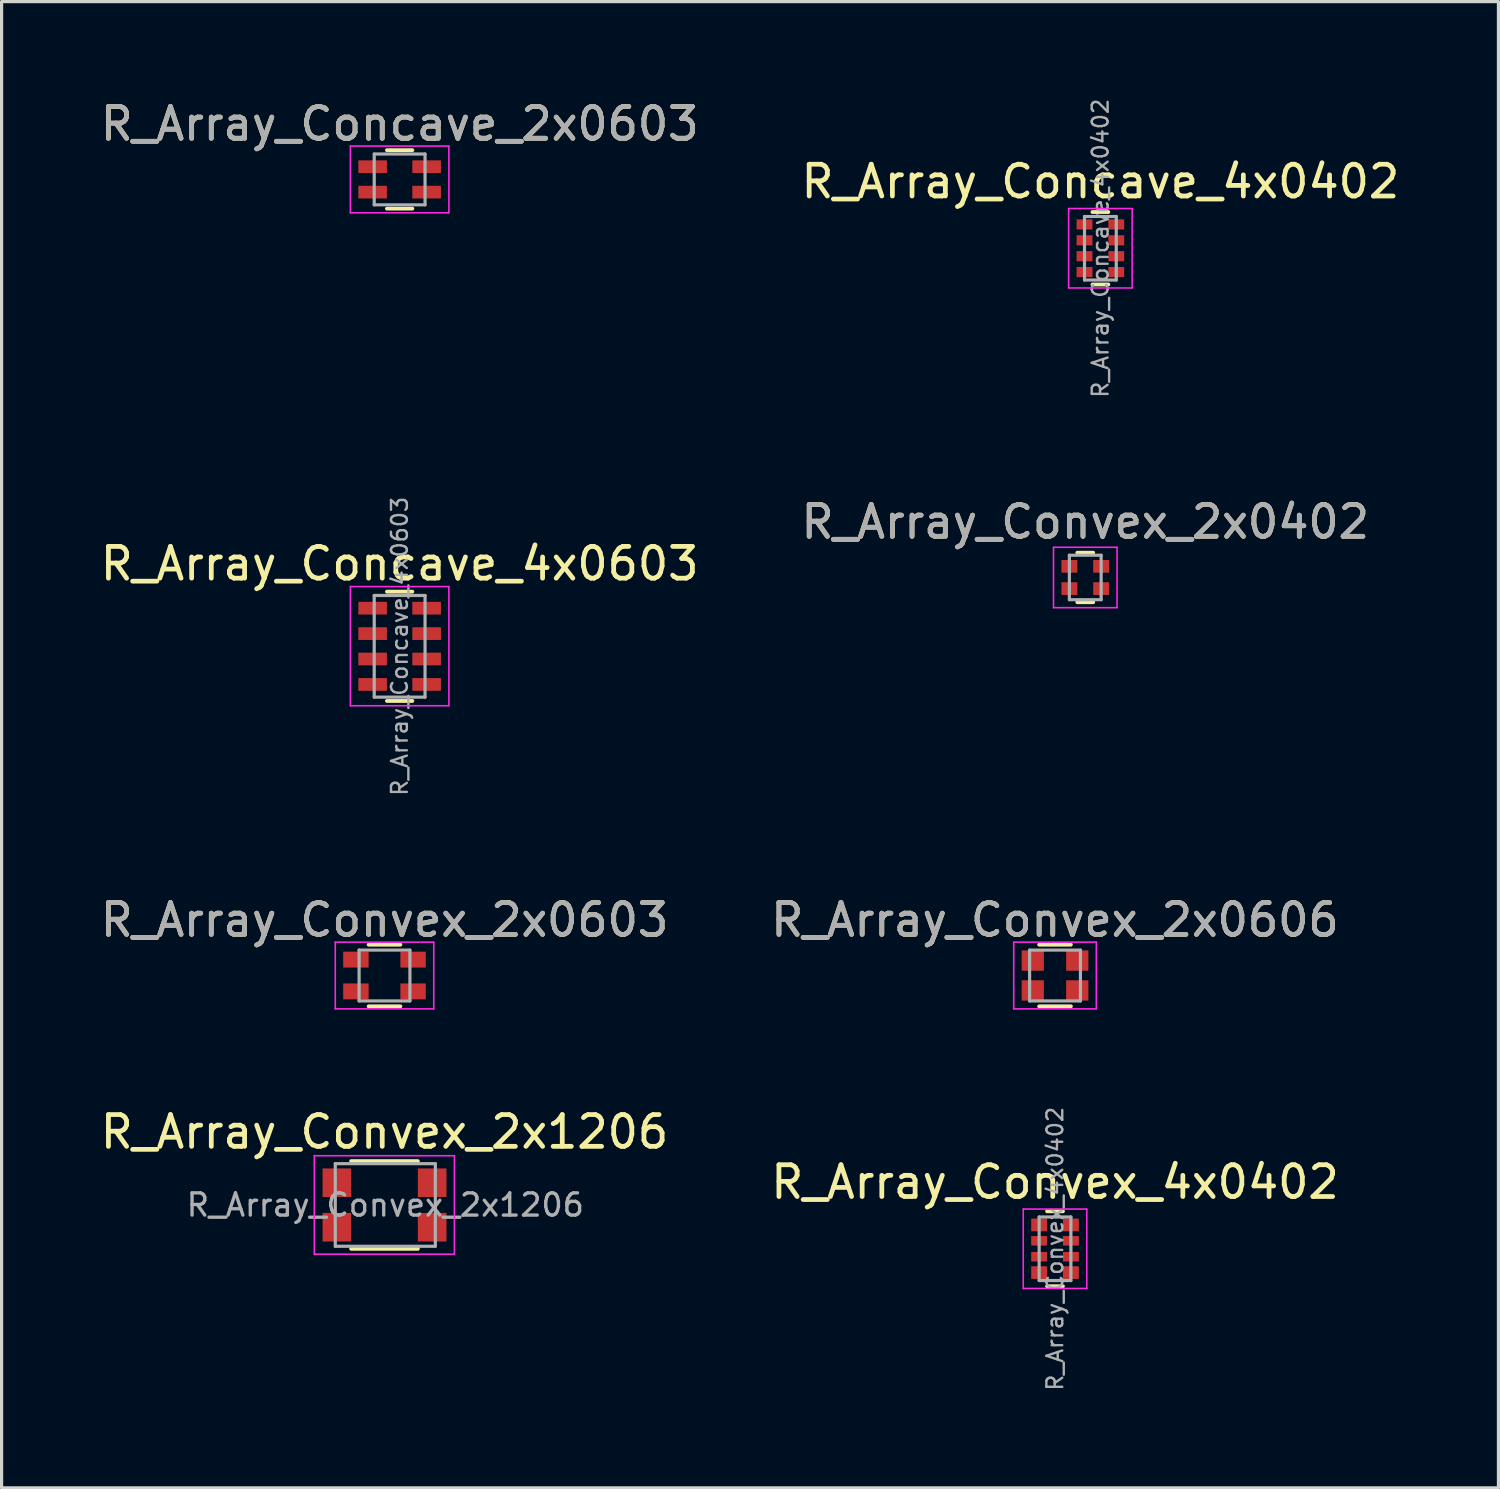
<source format=kicad_pcb>
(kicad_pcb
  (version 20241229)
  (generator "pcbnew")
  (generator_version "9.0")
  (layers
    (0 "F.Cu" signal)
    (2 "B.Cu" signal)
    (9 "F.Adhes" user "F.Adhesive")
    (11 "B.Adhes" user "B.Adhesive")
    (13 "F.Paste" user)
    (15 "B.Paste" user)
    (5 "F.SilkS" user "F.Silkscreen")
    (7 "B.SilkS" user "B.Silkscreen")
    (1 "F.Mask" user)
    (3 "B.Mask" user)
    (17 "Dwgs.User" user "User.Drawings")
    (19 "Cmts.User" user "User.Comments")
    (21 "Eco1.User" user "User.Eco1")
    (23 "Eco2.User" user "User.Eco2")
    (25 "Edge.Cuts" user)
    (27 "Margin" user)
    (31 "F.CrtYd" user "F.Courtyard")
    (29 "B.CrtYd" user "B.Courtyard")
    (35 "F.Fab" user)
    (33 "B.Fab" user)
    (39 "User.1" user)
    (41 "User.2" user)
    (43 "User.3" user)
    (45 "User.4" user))
  (footprint "R_Array_Convex_4x0402"
    (layer "F.Cu")
    (at 30.161 36.26)
    (property "Reference" "R_Array_Convex_4x0402" (at 0 -2.1 0) (layer "F.SilkS") (effects (font (size 1 1) (thickness 0.15))))
    (attr smd)
    (fp_line (start 0.25 -1.18) (end -0.25 -1.18) (stroke (width 0.12) (type solid)) (layer "F.SilkS"))
    (fp_line (start 0.25 1.18) (end -0.25 1.18) (stroke (width 0.12) (type solid)) (layer "F.SilkS"))
    (fp_line (start -1 -1.25) (end -1 1.25) (stroke (width 0.05) (type solid)) (layer "F.CrtYd"))
    (fp_line (start -1 -1.25) (end 1 -1.25) (stroke (width 0.05) (type solid)) (layer "F.CrtYd"))
    (fp_line (start 1 1.25) (end -1 1.25) (stroke (width 0.05) (type solid)) (layer "F.CrtYd"))
    (fp_line (start 1 1.25) (end 1 -1.25) (stroke (width 0.05) (type solid)) (layer "F.CrtYd"))
    (fp_line (start -0.5 -1) (end 0.5 -1) (stroke (width 0.1) (type solid)) (layer "F.Fab"))
    (fp_line (start -0.5 1) (end -0.5 -1) (stroke (width 0.1) (type solid)) (layer "F.Fab"))
    (fp_line (start 0.5 -1) (end 0.5 1) (stroke (width 0.1) (type solid)) (layer "F.Fab"))
    (fp_line (start 0.5 1) (end -0.5 1) (stroke (width 0.1) (type solid)) (layer "F.Fab"))
    (fp_text user "${REFERENCE}" (at 0 0 90) (layer "F.Fab") (effects (font (size 0.5 0.5) (thickness 0.075))))
    (pad "1" smd rect (at -0.5 -0.75) (size 0.5 0.4) (layers "F.Cu" "F.Mask" "F.Paste"))
    (pad "2" smd rect (at -0.5 -0.25) (size 0.5 0.3) (layers "F.Cu" "F.Mask" "F.Paste"))
    (pad "3" smd rect (at -0.5 0.25) (size 0.5 0.3) (layers "F.Cu" "F.Mask" "F.Paste"))
    (pad "4" smd rect (at -0.5 0.75) (size 0.5 0.4) (layers "F.Cu" "F.Mask" "F.Paste"))
    (pad "5" smd rect (at 0.5 0.75) (size 0.5 0.4) (layers "F.Cu" "F.Mask" "F.Paste"))
    (pad "6" smd rect (at 0.5 0.25) (size 0.5 0.3) (layers "F.Cu" "F.Mask" "F.Paste"))
    (pad "7" smd rect (at 0.5 -0.25) (size 0.5 0.3) (layers "F.Cu" "F.Mask" "F.Paste"))
    (pad "8" smd rect (at 0.5 -0.75) (size 0.5 0.4) (layers "F.Cu" "F.Mask" "F.Paste")))
  (footprint "R_Array_Concave_4x0402"
    (layer "F.Cu")
    (at 31.589 4.765)
    (property "Reference" "R_Array_Concave_4x0402" (at 0 -2.1 0) (layer "F.SilkS") (effects (font (size 1 1) (thickness 0.15))))
    (attr smd)
    (fp_line (start 0.25 -1.14) (end -0.25 -1.14) (stroke (width 0.12) (type solid)) (layer "F.SilkS"))
    (fp_line (start 0.25 1.14) (end -0.25 1.14) (stroke (width 0.12) (type solid)) (layer "F.SilkS"))
    (fp_line (start -1 -1.25) (end -1 1.25) (stroke (width 0.05) (type solid)) (layer "F.CrtYd"))
    (fp_line (start -1 -1.25) (end 1 -1.25) (stroke (width 0.05) (type solid)) (layer "F.CrtYd"))
    (fp_line (start 1 1.25) (end -1 1.25) (stroke (width 0.05) (type solid)) (layer "F.CrtYd"))
    (fp_line (start 1 1.25) (end 1 -1.25) (stroke (width 0.05) (type solid)) (layer "F.CrtYd"))
    (fp_line (start -0.5 -1) (end 0.5 -1) (stroke (width 0.1) (type solid)) (layer "F.Fab"))
    (fp_line (start -0.5 1) (end -0.5 -1) (stroke (width 0.1) (type solid)) (layer "F.Fab"))
    (fp_line (start 0.5 -1) (end 0.5 1) (stroke (width 0.1) (type solid)) (layer "F.Fab"))
    (fp_line (start 0.5 1) (end -0.5 1) (stroke (width 0.1) (type solid)) (layer "F.Fab"))
    (fp_text user "${REFERENCE}" (at 0 0 90) (layer "F.Fab") (effects (font (size 0.5 0.5) (thickness 0.075))))
    (pad "1" smd rect (at -0.5 -0.75) (size 0.5 0.32) (layers "F.Cu" "F.Mask" "F.Paste"))
    (pad "2" smd rect (at -0.5 -0.25) (size 0.5 0.32) (layers "F.Cu" "F.Mask" "F.Paste"))
    (pad "3" smd rect (at -0.5 0.25) (size 0.5 0.32) (layers "F.Cu" "F.Mask" "F.Paste"))
    (pad "4" smd rect (at -0.5 0.75) (size 0.5 0.32) (layers "F.Cu" "F.Mask" "F.Paste"))
    (pad "5" smd rect (at 0.5 0.75) (size 0.5 0.32) (layers "F.Cu" "F.Mask" "F.Paste"))
    (pad "6" smd rect (at 0.5 0.25) (size 0.5 0.32) (layers "F.Cu" "F.Mask" "F.Paste"))
    (pad "7" smd rect (at 0.5 -0.25) (size 0.5 0.32) (layers "F.Cu" "F.Mask" "F.Paste"))
    (pad "8" smd rect (at 0.5 -0.75) (size 0.5 0.32) (layers "F.Cu" "F.Mask" "F.Paste")))
  (footprint "R_Array_Convex_2x1206"
    (layer "F.Cu")
    (at 9.054 34.881)
    (property "Reference" "R_Array_Convex_2x1206" (at 0 -2.3 0) (layer "F.SilkS") (effects (font (size 1 1) (thickness 0.15))))
    (attr smd)
    (fp_line (start 1.05 -1.38) (end -1.05 -1.38) (stroke (width 0.12) (type solid)) (layer "F.SilkS"))
    (fp_line (start 1.05 1.38) (end -1.05 1.38) (stroke (width 0.12) (type solid)) (layer "F.SilkS"))
    (fp_line (start -2.21 -1.55) (end -2.21 1.55) (stroke (width 0.05) (type solid)) (layer "F.CrtYd"))
    (fp_line (start -2.21 -1.55) (end 2.2 -1.55) (stroke (width 0.05) (type solid)) (layer "F.CrtYd"))
    (fp_line (start 2.2 1.55) (end -2.21 1.55) (stroke (width 0.05) (type solid)) (layer "F.CrtYd"))
    (fp_line (start 2.2 1.55) (end 2.2 -1.55) (stroke (width 0.05) (type solid)) (layer "F.CrtYd"))
    (fp_line (start -1.55 -1.3) (end 1.6 -1.3) (stroke (width 0.1) (type solid)) (layer "F.Fab"))
    (fp_line (start -1.55 1.3) (end -1.55 -1.3) (stroke (width 0.1) (type solid)) (layer "F.Fab"))
    (fp_line (start 1.6 -1.3) (end 1.6 1.3) (stroke (width 0.1) (type solid)) (layer "F.Fab"))
    (fp_line (start 1.6 1.3) (end -1.55 1.3) (stroke (width 0.1) (type solid)) (layer "F.Fab"))
    (fp_text user "${REFERENCE}" (at 0.025 0 0) (layer "F.Fab") (effects (font (size 0.7 0.7) (thickness 0.105))))
    (pad "1" smd rect (at -1.5 -0.7) (size 0.9 0.9) (layers "F.Cu" "F.Mask" "F.Paste"))
    (pad "2" smd rect (at -1.5 0.7) (size 0.9 0.9) (layers "F.Cu" "F.Mask" "F.Paste"))
    (pad "3" smd rect (at 1.5 0.7) (size 0.9 0.9) (layers "F.Cu" "F.Mask" "F.Paste"))
    (pad "4" smd rect (at 1.5 -0.7) (size 0.9 0.9) (layers "F.Cu" "F.Mask" "F.Paste")))
  (footprint "R_Array_Convex_2x0402"
    (layer "F.Cu")
    (at 31.113 15.128)
    (property "Reference" "R_Array_Convex_2x0402" (at 0 -1.75 0) (layer "F.SilkS") (effects (font (size 1 1) (thickness 0.15))))
    (attr smd)
    (fp_line (start 0.25 -0.78) (end -0.25 -0.78) (stroke (width 0.12) (type solid)) (layer "F.SilkS"))
    (fp_line (start 0.25 0.78) (end -0.25 0.78) (stroke (width 0.12) (type solid)) (layer "F.SilkS"))
    (fp_line (start -1 -0.95) (end -1 0.95) (stroke (width 0.05) (type solid)) (layer "F.CrtYd"))
    (fp_line (start -1 -0.95) (end 1 -0.95) (stroke (width 0.05) (type solid)) (layer "F.CrtYd"))
    (fp_line (start 1 0.95) (end -1 0.95) (stroke (width 0.05) (type solid)) (layer "F.CrtYd"))
    (fp_line (start 1 0.95) (end 1 -0.95) (stroke (width 0.05) (type solid)) (layer "F.CrtYd"))
    (fp_line (start -0.5 -0.7) (end -0.5 0.7) (stroke (width 0.1) (type solid)) (layer "F.Fab"))
    (fp_line (start -0.5 0.7) (end 0.5 0.7) (stroke (width 0.1) (type solid)) (layer "F.Fab"))
    (fp_line (start 0.5 -0.7) (end -0.5 -0.7) (stroke (width 0.1) (type solid)) (layer "F.Fab"))
    (fp_line (start 0.5 0.7) (end 0.5 -0.7) (stroke (width 0.1) (type solid)) (layer "F.Fab"))
    (fp_text user "${REFERENCE}" (at 0 -1.75 0) (layer "F.Fab") (effects (font (size 1 1) (thickness 0.15))))
    (pad "1" smd rect (at -0.5 -0.35) (size 0.5 0.4) (layers "F.Cu" "F.Mask" "F.Paste"))
    (pad "2" smd rect (at -0.5 0.35) (size 0.5 0.4) (layers "F.Cu" "F.Mask" "F.Paste"))
    (pad "3" smd rect (at 0.5 0.35) (size 0.5 0.4) (layers "F.Cu" "F.Mask" "F.Paste"))
    (pad "4" smd rect (at 0.5 -0.35) (size 0.5 0.4) (layers "F.Cu" "F.Mask" "F.Paste")))
  (footprint "R_Array_Concave_2x0603"
    (layer "F.Cu")
    (at 9.53 2.598)
    (property "Reference" "R_Array_Concave_2x0603" (at 0 -1.75 0) (layer "F.SilkS") (effects (font (size 1 1) (thickness 0.15))))
    (attr smd)
    (fp_line (start 0.4 -0.92) (end -0.4 -0.92) (stroke (width 0.12) (type solid)) (layer "F.SilkS"))
    (fp_line (start 0.4 0.92) (end -0.4 0.92) (stroke (width 0.12) (type solid)) (layer "F.SilkS"))
    (fp_line (start -1.55 -1.05) (end -1.55 1.05) (stroke (width 0.05) (type solid)) (layer "F.CrtYd"))
    (fp_line (start -1.55 -1.05) (end 1.55 -1.05) (stroke (width 0.05) (type solid)) (layer "F.CrtYd"))
    (fp_line (start 1.55 1.05) (end -1.55 1.05) (stroke (width 0.05) (type solid)) (layer "F.CrtYd"))
    (fp_line (start 1.55 1.05) (end 1.55 -1.05) (stroke (width 0.05) (type solid)) (layer "F.CrtYd"))
    (fp_line (start -0.8 -0.8) (end 0.8 -0.8) (stroke (width 0.1) (type solid)) (layer "F.Fab"))
    (fp_line (start -0.8 0.8) (end -0.8 -0.8) (stroke (width 0.1) (type solid)) (layer "F.Fab"))
    (fp_line (start 0.8 -0.8) (end 0.8 0.8) (stroke (width 0.1) (type solid)) (layer "F.Fab"))
    (fp_line (start 0.8 0.8) (end -0.8 0.8) (stroke (width 0.1) (type solid)) (layer "F.Fab"))
    (fp_text user "${REFERENCE}" (at 0 -1.75 0) (layer "F.Fab") (effects (font (size 1 1) (thickness 0.15))))
    (pad "1" smd rect (at -0.85 -0.4) (size 0.9 0.4) (layers "F.Cu" "F.Mask" "F.Paste"))
    (pad "2" smd rect (at -0.85 0.4) (size 0.9 0.4) (layers "F.Cu" "F.Mask" "F.Paste"))
    (pad "3" smd rect (at 0.85 0.4) (size 0.9 0.4) (layers "F.Cu" "F.Mask" "F.Paste"))
    (pad "4" smd rect (at 0.85 -0.4) (size 0.9 0.4) (layers "F.Cu" "F.Mask" "F.Paste")))
  (footprint "R_Array_Convex_2x0603"
    (layer "F.Cu")
    (at 9.054 27.658)
    (property "Reference" "R_Array_Convex_2x0603" (at 0 -1.75 0) (layer "F.SilkS") (effects (font (size 1 1) (thickness 0.15))))
    (attr smd)
    (fp_line (start 0.5 -0.97) (end -0.5 -0.97) (stroke (width 0.12) (type solid)) (layer "F.SilkS"))
    (fp_line (start 0.5 0.97) (end -0.5 0.97) (stroke (width 0.12) (type solid)) (layer "F.SilkS"))
    (fp_line (start -1.55 -1.05) (end -1.55 1.05) (stroke (width 0.05) (type solid)) (layer "F.CrtYd"))
    (fp_line (start -1.55 -1.05) (end 1.55 -1.05) (stroke (width 0.05) (type solid)) (layer "F.CrtYd"))
    (fp_line (start 1.55 1.05) (end -1.55 1.05) (stroke (width 0.05) (type solid)) (layer "F.CrtYd"))
    (fp_line (start 1.55 1.05) (end 1.55 -1.05) (stroke (width 0.05) (type solid)) (layer "F.CrtYd"))
    (fp_line (start -0.8 -0.8) (end 0.8 -0.8) (stroke (width 0.1) (type solid)) (layer "F.Fab"))
    (fp_line (start -0.8 0.8) (end -0.8 -0.8) (stroke (width 0.1) (type solid)) (layer "F.Fab"))
    (fp_line (start 0.8 -0.8) (end 0.8 0.8) (stroke (width 0.1) (type solid)) (layer "F.Fab"))
    (fp_line (start 0.8 0.8) (end -0.8 0.8) (stroke (width 0.1) (type solid)) (layer "F.Fab"))
    (fp_text user "${REFERENCE}" (at 0 -1.75 0) (layer "F.Fab") (effects (font (size 1 1) (thickness 0.15))))
    (pad "1" smd rect (at -0.9 -0.5) (size 0.8 0.5) (layers "F.Cu" "F.Mask" "F.Paste"))
    (pad "2" smd rect (at -0.9 0.5) (size 0.8 0.5) (layers "F.Cu" "F.Mask" "F.Paste"))
    (pad "3" smd rect (at 0.9 0.5) (size 0.8 0.5) (layers "F.Cu" "F.Mask" "F.Paste"))
    (pad "4" smd rect (at 0.9 -0.5) (size 0.8 0.5) (layers "F.Cu" "F.Mask" "F.Paste")))
  (footprint "R_Array_Convex_2x0606"
    (layer "F.Cu")
    (at 30.161 27.658)
    (property "Reference" "R_Array_Convex_2x0606" (at 0 -1.75 0) (layer "F.SilkS") (effects (font (size 1 1) (thickness 0.15))))
    (attr smd)
    (fp_line (start 0.5 -0.97) (end -0.5 -0.97) (stroke (width 0.12) (type solid)) (layer "F.SilkS"))
    (fp_line (start 0.5 0.97) (end -0.5 0.97) (stroke (width 0.12) (type solid)) (layer "F.SilkS"))
    (fp_line (start -1.3 -1.05) (end -1.3 1.05) (stroke (width 0.05) (type solid)) (layer "F.CrtYd"))
    (fp_line (start -1.3 -1.05) (end 1.3 -1.05) (stroke (width 0.05) (type solid)) (layer "F.CrtYd"))
    (fp_line (start 1.3 1.05) (end -1.3 1.05) (stroke (width 0.05) (type solid)) (layer "F.CrtYd"))
    (fp_line (start 1.3 1.05) (end 1.3 -1.05) (stroke (width 0.05) (type solid)) (layer "F.CrtYd"))
    (fp_line (start -0.8 -0.8) (end 0.8 -0.8) (stroke (width 0.1) (type solid)) (layer "F.Fab"))
    (fp_line (start -0.8 0.8) (end -0.8 -0.8) (stroke (width 0.1) (type solid)) (layer "F.Fab"))
    (fp_line (start 0.8 -0.8) (end 0.8 0.8) (stroke (width 0.1) (type solid)) (layer "F.Fab"))
    (fp_line (start 0.8 0.8) (end -0.8 0.8) (stroke (width 0.1) (type solid)) (layer "F.Fab"))
    (fp_text user "${REFERENCE}" (at 0 -1.75 0) (layer "F.Fab") (effects (font (size 1 1) (thickness 0.15))))
    (pad "1" smd rect (at -0.7 -0.47) (size 0.7 0.64) (layers "F.Cu" "F.Mask" "F.Paste"))
    (pad "2" smd rect (at -0.7 0.47) (size 0.7 0.64) (layers "F.Cu" "F.Mask" "F.Paste"))
    (pad "3" smd rect (at 0.7 0.47) (size 0.7 0.64) (layers "F.Cu" "F.Mask" "F.Paste"))
    (pad "4" smd rect (at 0.7 -0.47) (size 0.7 0.64) (layers "F.Cu" "F.Mask" "F.Paste")))
  (footprint "R_Array_Concave_4x0603"
    (layer "F.Cu")
    (at 9.53 17.295)
    (property "Reference" "R_Array_Concave_4x0603" (at 0 -2.6 0) (layer "F.SilkS") (effects (font (size 1 1) (thickness 0.15))))
    (attr smd)
    (fp_line (start 0.4 -1.72) (end -0.4 -1.72) (stroke (width 0.12) (type solid)) (layer "F.SilkS"))
    (fp_line (start 0.4 1.72) (end -0.4 1.72) (stroke (width 0.12) (type solid)) (layer "F.SilkS"))
    (fp_line (start -1.55 -1.88) (end -1.55 1.87) (stroke (width 0.05) (type solid)) (layer "F.CrtYd"))
    (fp_line (start -1.55 -1.88) (end 1.55 -1.88) (stroke (width 0.05) (type solid)) (layer "F.CrtYd"))
    (fp_line (start 1.55 1.87) (end -1.55 1.87) (stroke (width 0.05) (type solid)) (layer "F.CrtYd"))
    (fp_line (start 1.55 1.87) (end 1.55 -1.88) (stroke (width 0.05) (type solid)) (layer "F.CrtYd"))
    (fp_line (start -0.8 -1.6) (end 0.8 -1.6) (stroke (width 0.1) (type solid)) (layer "F.Fab"))
    (fp_line (start -0.8 1.6) (end -0.8 -1.6) (stroke (width 0.1) (type solid)) (layer "F.Fab"))
    (fp_line (start 0.8 -1.6) (end 0.8 1.6) (stroke (width 0.1) (type solid)) (layer "F.Fab"))
    (fp_line (start 0.8 1.6) (end -0.8 1.6) (stroke (width 0.1) (type solid)) (layer "F.Fab"))
    (fp_text user "${REFERENCE}" (at 0 0 90) (layer "F.Fab") (effects (font (size 0.5 0.5) (thickness 0.075))))
    (pad "1" smd rect (at -0.85 -1.2) (size 0.9 0.4) (layers "F.Cu" "F.Mask" "F.Paste"))
    (pad "2" smd rect (at -0.85 -0.4) (size 0.9 0.4) (layers "F.Cu" "F.Mask" "F.Paste"))
    (pad "3" smd rect (at -0.85 0.4) (size 0.9 0.4) (layers "F.Cu" "F.Mask" "F.Paste"))
    (pad "4" smd rect (at -0.85 1.2) (size 0.9 0.4) (layers "F.Cu" "F.Mask" "F.Paste"))
    (pad "5" smd rect (at 0.85 1.2) (size 0.9 0.4) (layers "F.Cu" "F.Mask" "F.Paste"))
    (pad "6" smd rect (at 0.85 0.4) (size 0.9 0.4) (layers "F.Cu" "F.Mask" "F.Paste"))
    (pad "7" smd rect (at 0.85 -0.4) (size 0.9 0.4) (layers "F.Cu" "F.Mask" "F.Paste"))
    (pad "8" smd rect (at 0.85 -1.2) (size 0.9 0.4) (layers "F.Cu" "F.Mask" "F.Paste")))
  (gr_rect
    (start -3 -3)
    (end 44.119 43.786)
    (stroke (width 0.1) (type default))
    (fill no)
    (layer "Edge.Cuts")))
</source>
